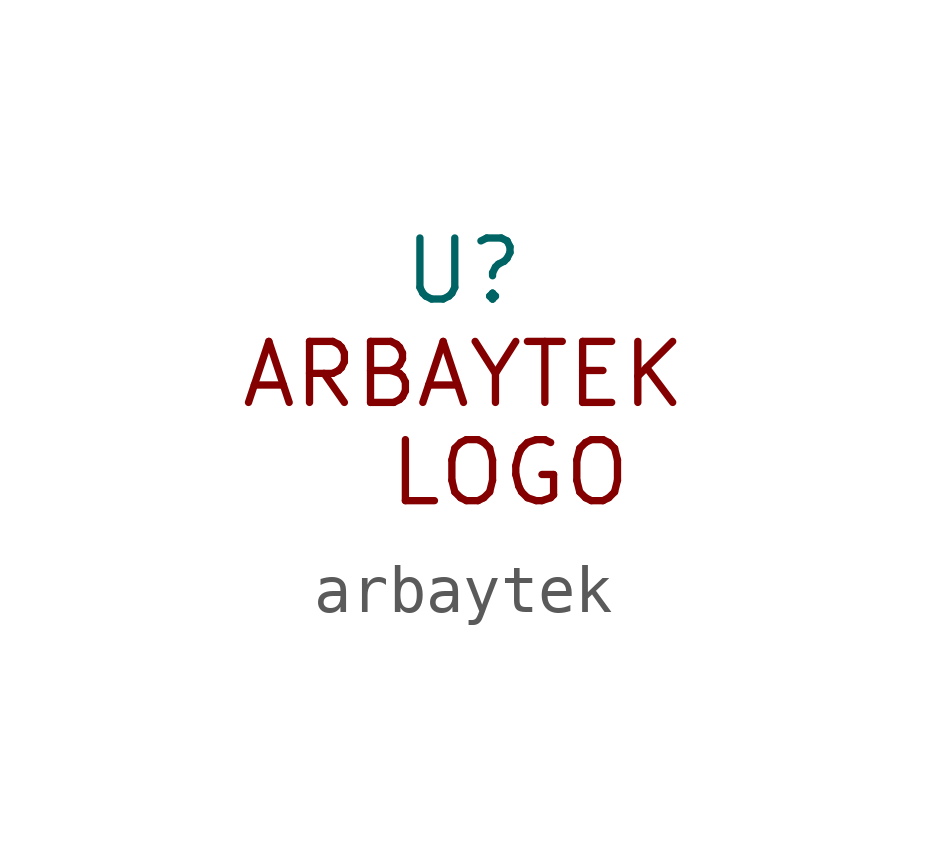
<source format=kicad_sym>
(kicad_symbol_lib
  (version 20220914)
  (generator kicad_symbol_editor)
  (symbol "arbaytek"
    (property "Reference" "U"
      (at 0 2.54 0)
      (effects (font (size 1.27 1.27))))
    (property "Value" ""
      (at 0 0 0)
      (effects (font (size 1.27 1.27))))
    (symbol "arbaytek_0_1"
      (text "ARBAYTEK\n  LOGO" (at 0 -0.635 0) (effects (font (size 1.27 1.27)))))))
</source>
